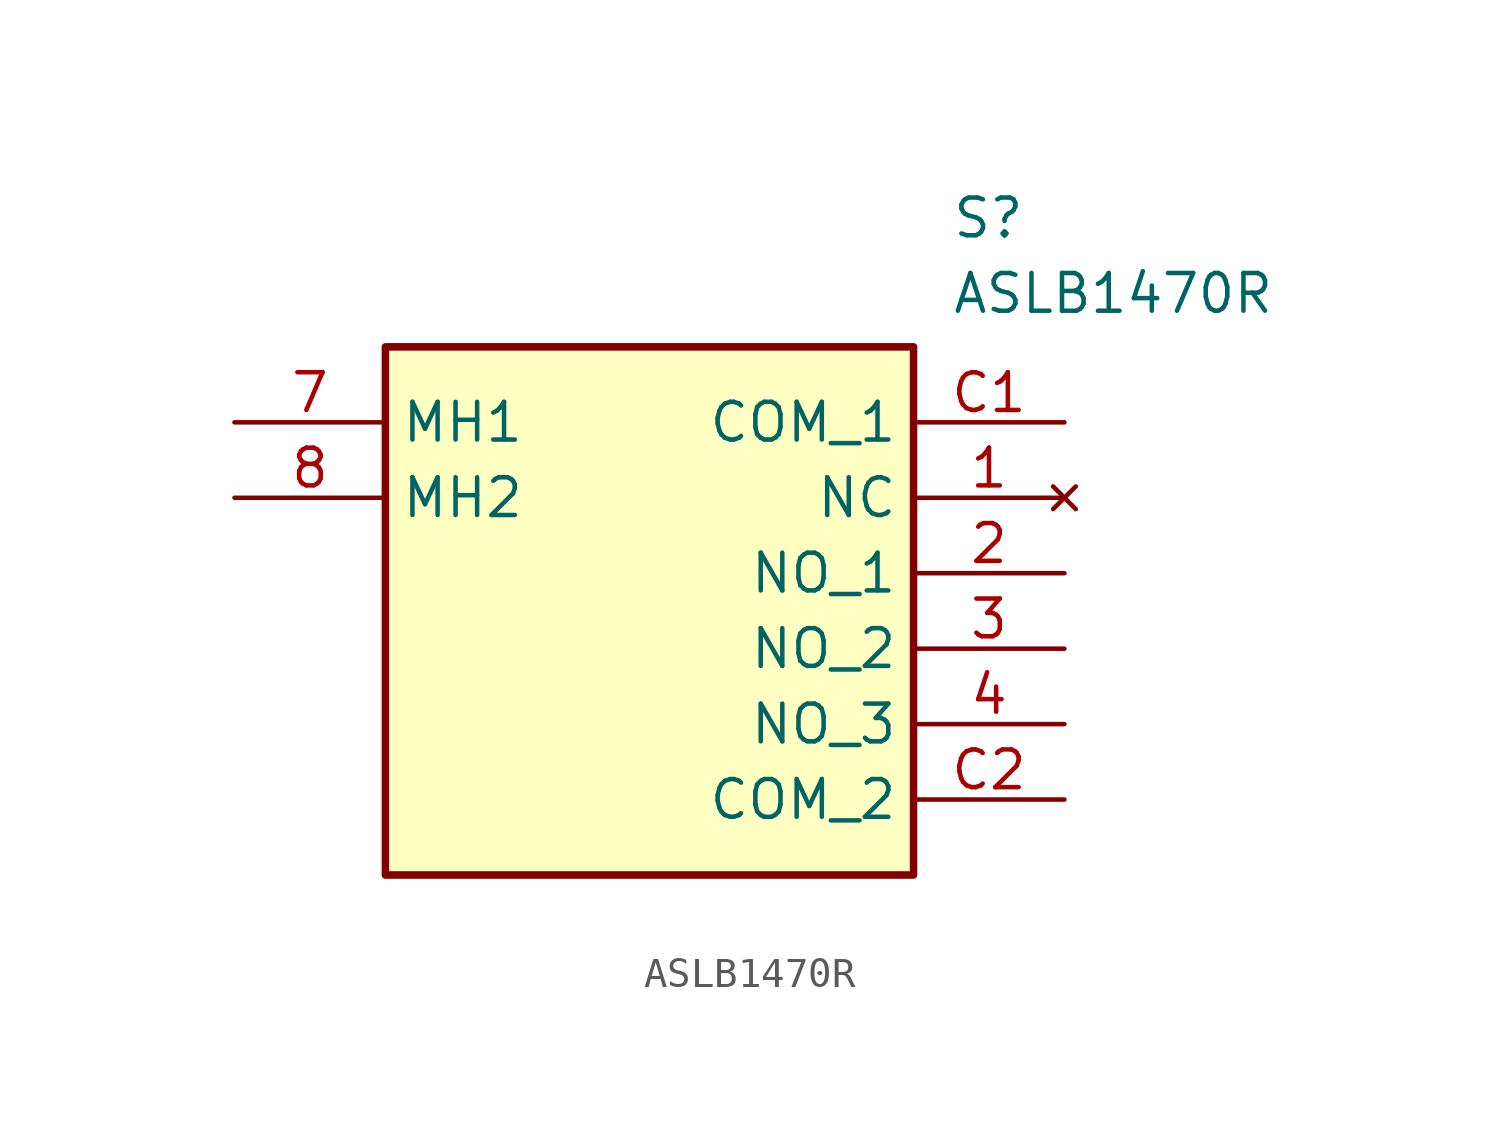
<source format=kicad_sym>
(kicad_symbol_lib
  (version 20211014)
  (generator SamacSys_ECAD_Model)
  (symbol "ASLB1470R"
    (property "Reference" "S"
      (at 24.13 7.62 0)
      (effects (font (size 1.27 1.27)) (justify left top)))
    (property "Value" "ASLB1470R"
      (at 24.13 5.08 0)
      (effects (font (size 1.27 1.27)) (justify left top)))
    (rectangle
      (start 5.08 2.54)
      (end 22.86 -15.24)
      (stroke (width 0.254) (type default))
      (fill (type background)))
    (pin no_connect line
      (at 27.94 -2.54 180)
      (length 5.08)
      (name "NC" (effects (font (size 1.27 1.27))))
      (number "1" (effects (font (size 1.27 1.27)))))
    (pin passive line
      (at 27.94 -5.08 180)
      (length 5.08)
      (name "NO_1" (effects (font (size 1.27 1.27))))
      (number "2" (effects (font (size 1.27 1.27)))))
    (pin passive line
      (at 27.94 -7.62 180)
      (length 5.08)
      (name "NO_2" (effects (font (size 1.27 1.27))))
      (number "3" (effects (font (size 1.27 1.27)))))
    (pin passive line
      (at 27.94 -10.16 180)
      (length 5.08)
      (name "NO_3" (effects (font (size 1.27 1.27))))
      (number "4" (effects (font (size 1.27 1.27)))))
    (pin passive line
      (at 0 0 0)
      (length 5.08)
      (name "MH1" (effects (font (size 1.27 1.27))))
      (number "7" (effects (font (size 1.27 1.27)))))
    (pin passive line
      (at 0 -2.54 0)
      (length 5.08)
      (name "MH2" (effects (font (size 1.27 1.27))))
      (number "8" (effects (font (size 1.27 1.27)))))
    (pin passive line
      (at 27.94 0 180)
      (length 5.08)
      (name "COM_1" (effects (font (size 1.27 1.27))))
      (number "C1" (effects (font (size 1.27 1.27)))))
    (pin passive line
      (at 27.94 -12.7 180)
      (length 5.08)
      (name "COM_2" (effects (font (size 1.27 1.27))))
      (number "C2" (effects (font (size 1.27 1.27)))))))
</source>
